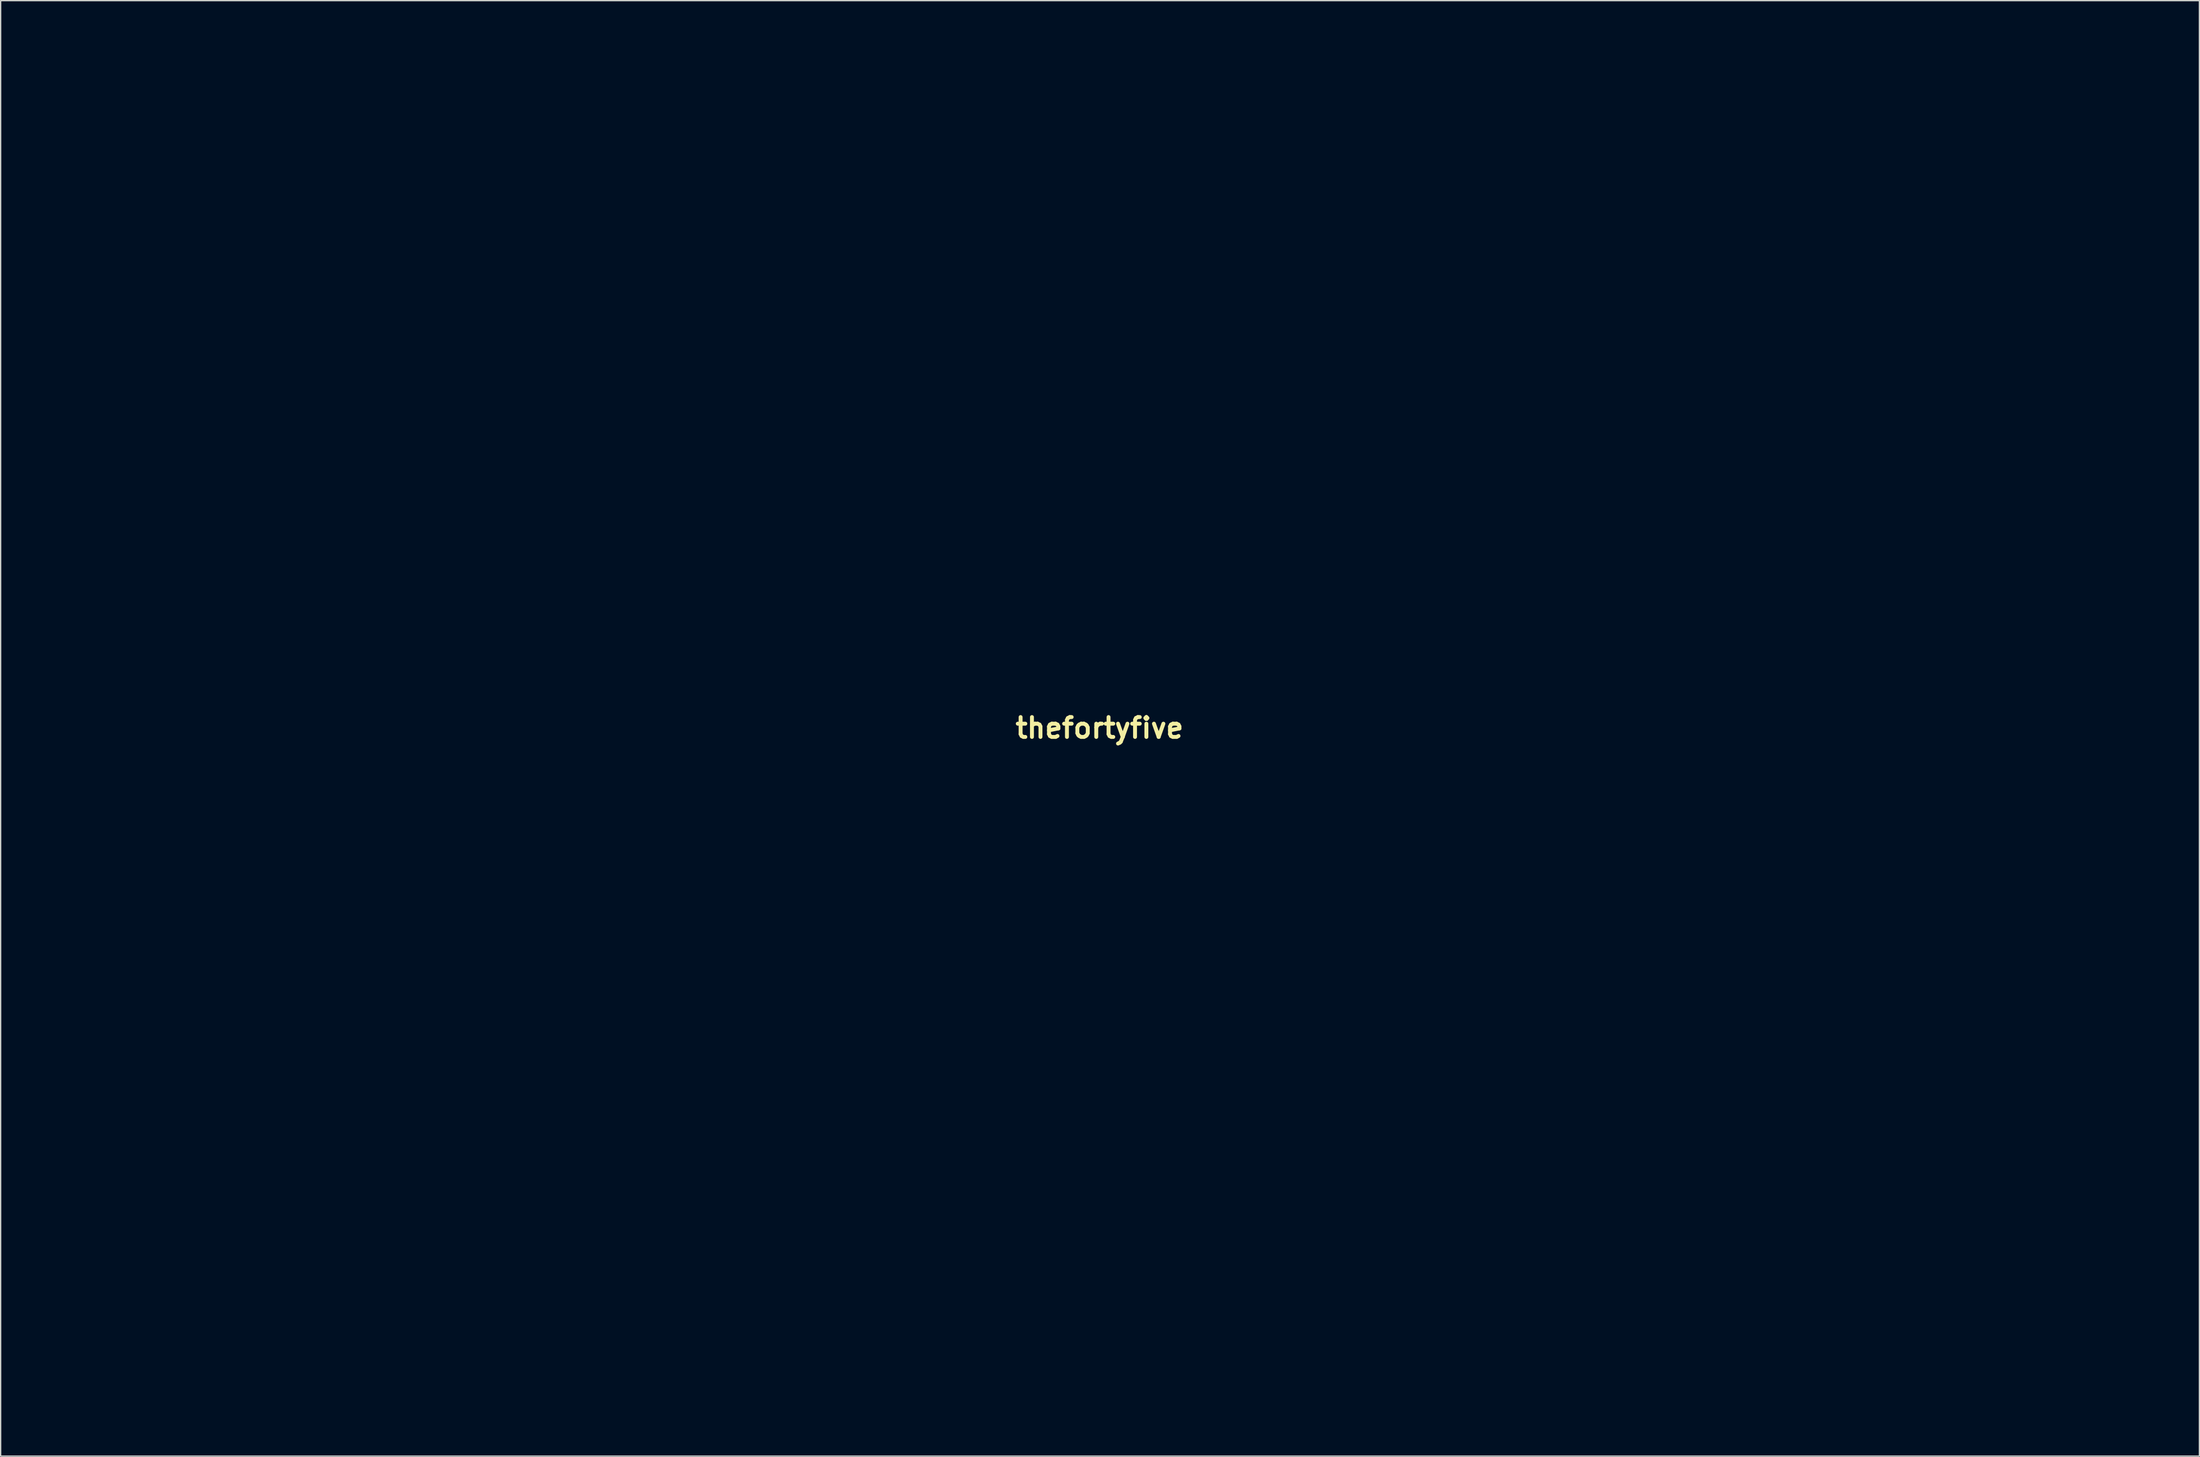
<source format=kicad_pcb>
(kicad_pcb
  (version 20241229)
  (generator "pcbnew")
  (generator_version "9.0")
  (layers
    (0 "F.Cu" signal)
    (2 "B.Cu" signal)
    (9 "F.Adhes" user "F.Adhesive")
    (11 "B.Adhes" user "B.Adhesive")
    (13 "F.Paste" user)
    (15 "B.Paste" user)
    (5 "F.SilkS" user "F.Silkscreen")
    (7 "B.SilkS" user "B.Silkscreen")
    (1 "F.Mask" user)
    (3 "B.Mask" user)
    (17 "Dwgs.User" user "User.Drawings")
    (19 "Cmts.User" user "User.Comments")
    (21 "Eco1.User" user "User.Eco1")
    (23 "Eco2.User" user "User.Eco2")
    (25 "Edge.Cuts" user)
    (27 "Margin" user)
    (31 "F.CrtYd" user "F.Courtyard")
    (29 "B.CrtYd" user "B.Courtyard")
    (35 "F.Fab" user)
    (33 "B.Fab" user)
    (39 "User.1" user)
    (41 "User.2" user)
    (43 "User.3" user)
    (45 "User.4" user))
  (footprint "thefortyfive"
    (layer "F.Cu")
    (at 81.334 52.824)
    (property "Reference" "thefortyfive" (at 0 0 0) (layer "F.SilkS") (effects (font (size 1.524 1.524) (thickness 0.3))))
    (attr through_hole)
    (fp_poly (pts (xy 13.285 14.023) (xy 13.26 14.049) (xy 13.234 14.023) (xy 13.26 13.998) (xy 13.285 14.023)) (stroke (width 0.01) (type solid)) (fill yes) (layer "F.Mask"))
    (fp_poly (pts (xy -16.868 14.776) (xy -16.881 14.825) (xy -16.924 14.963) (xy -16.993 15.178) (xy -17.085 15.463) (xy -17.199 15.809) (xy -17.33 16.207) (xy -17.477 16.647) (xy -17.635 17.121) (xy -17.706 17.334) (xy -18.679 20.294) (xy -19.591 23.191) (xy -20.446 26.036) (xy -21.247 28.846) (xy -21.998 31.633) (xy -22.704 34.411) (xy -23.367 37.195) (xy -23.992 39.999) (xy -24.582 42.837) (xy -24.606 42.954) (xy -24.691 43.379) (xy -24.771 43.773) (xy -24.843 44.123) (xy -24.905 44.42) (xy -24.954 44.651) (xy -24.989 44.806) (xy -25.006 44.874) (xy -25.007 44.876) (xy -25.059 44.882) (xy -25.202 44.897) (xy -25.428 44.918) (xy -25.728 44.946) (xy -26.09 44.979) (xy -26.507 45.016) (xy -26.968 45.057) (xy -27.465 45.101) (xy -27.987 45.147) (xy -28.526 45.195) (xy -29.071 45.242) (xy -29.614 45.289) (xy -30.144 45.335) (xy -30.653 45.379) (xy -31.131 45.42) (xy -31.568 45.457) (xy -31.955 45.489) (xy -32.282 45.516) (xy -32.541 45.537) (xy -32.721 45.551) (xy -32.813 45.557) (xy -32.82 45.557) (xy -32.863 45.516) (xy -32.859 45.443) (xy -32.842 45.36) (xy -32.81 45.194) (xy -32.766 44.96) (xy -32.712 44.675) (xy -32.652 44.354) (xy -32.626 44.21) (xy -31.82 40.126) (xy -30.922 36.069) (xy -29.929 32.032) (xy -28.84 28.007) (xy -27.652 23.989) (xy -26.485 20.335) (xy -26.361 19.963) (xy -26.223 19.55) (xy -26.074 19.106) (xy -25.916 18.642) (xy -25.755 18.167) (xy -25.593 17.691) (xy -25.433 17.225) (xy -25.279 16.778) (xy -25.135 16.36) (xy -25.004 15.982) (xy -24.889 15.653) (xy -24.793 15.383) (xy -24.721 15.182) (xy -24.676 15.06) (xy -24.661 15.027) (xy -24.61 15.023) (xy -24.466 15.016) (xy -24.24 15.007) (xy -23.941 14.995) (xy -23.577 14.982) (xy -23.16 14.967) (xy -22.698 14.951) (xy -22.201 14.935) (xy -21.678 14.917) (xy -21.14 14.899) (xy -20.594 14.882) (xy -20.052 14.864) (xy -19.522 14.848) (xy -19.014 14.832) (xy -18.538 14.818) (xy -18.103 14.805) (xy -17.718 14.794) (xy -17.394 14.785) (xy -17.139 14.779) (xy -16.963 14.775) (xy -16.876 14.775) (xy -16.868 14.776)) (stroke (width 0.01) (type solid)) (fill yes) (layer "F.Mask"))
    (fp_poly (pts (xy 13.17 14.018) (xy 13.148 14.064) (xy 13.075 14.182) (xy 12.959 14.361) (xy 12.807 14.589) (xy 12.626 14.854) (xy 12.455 15.101) (xy 11.88 15.94) (xy 11.265 16.863) (xy 10.613 17.863) (xy 9.928 18.934) (xy 9.215 20.068) (xy 8.478 21.257) (xy 7.721 22.496) (xy 6.948 23.777) (xy 6.163 25.093) (xy 5.37 26.436) (xy 4.575 27.801) (xy 3.78 29.179) (xy 2.99 30.565) (xy 2.209 31.95) (xy 1.442 33.328) (xy 0.692 34.691) (xy -0.036 36.033) (xy -0.739 37.347) (xy -0.827 37.515) (xy -1.047 37.932) (xy -1.295 38.413) (xy -1.566 38.941) (xy -1.852 39.503) (xy -2.146 40.084) (xy -2.44 40.67) (xy -2.728 41.246) (xy -3.001 41.799) (xy -3.254 42.313) (xy -3.479 42.774) (xy -3.668 43.169) (xy -3.762 43.368) (xy -4.129 44.157) (xy -6.684 44.159) (xy -7.407 44.16) (xy -8.044 44.165) (xy -8.614 44.174) (xy -9.132 44.187) (xy -9.616 44.206) (xy -10.082 44.232) (xy -10.548 44.266) (xy -11.03 44.308) (xy -11.545 44.359) (xy -12.11 44.421) (xy -12.503 44.466) (xy -12.847 44.505) (xy -13.174 44.543) (xy -13.463 44.577) (xy -13.696 44.603) (xy -13.854 44.621) (xy -13.883 44.625) (xy -14.032 44.634) (xy -14.13 44.625) (xy -14.152 44.61) (xy -14.19 42.903) (xy -14.212 41.196) (xy -14.217 39.478) (xy -14.205 37.74) (xy -14.177 35.971) (xy -14.131 34.162) (xy -14.068 32.303) (xy -13.987 30.383) (xy -13.888 28.392) (xy -13.77 26.322) (xy -13.639 24.229) (xy -13.599 23.643) (xy -13.556 23.024) (xy -13.509 22.382) (xy -13.46 21.724) (xy -13.408 21.057) (xy -13.356 20.39) (xy -13.302 19.73) (xy -13.249 19.085) (xy -13.196 18.463) (xy -13.145 17.872) (xy -13.096 17.319) (xy -13.05 16.814) (xy -13.006 16.362) (xy -12.967 15.972) (xy -12.933 15.653) (xy -12.904 15.411) (xy -12.881 15.255) (xy -12.865 15.192) (xy -12.865 15.192) (xy -12.813 15.187) (xy -12.669 15.178) (xy -12.443 15.165) (xy -12.144 15.149) (xy -11.783 15.131) (xy -11.369 15.109) (xy -10.911 15.086) (xy -10.42 15.061) (xy -9.904 15.036) (xy -9.374 15.009) (xy -8.84 14.983) (xy -8.31 14.958) (xy -7.795 14.933) (xy -7.305 14.909) (xy -6.849 14.888) (xy -6.436 14.869) (xy -6.078 14.852) (xy -5.782 14.839) (xy -5.559 14.83) (xy -5.418 14.825) (xy -5.37 14.825) (xy -5.374 14.876) (xy -5.387 15.018) (xy -5.41 15.237) (xy -5.44 15.521) (xy -5.477 15.86) (xy -5.519 16.241) (xy -5.553 16.548) (xy -5.747 18.361) (xy -5.918 20.141) (xy -6.066 21.882) (xy -6.191 23.576) (xy -6.291 25.215) (xy -6.367 26.793) (xy -6.418 28.302) (xy -6.445 29.736) (xy -6.446 31.086) (xy -6.42 32.347) (xy -6.414 32.526) (xy -6.399 32.947) (xy -6.383 33.348) (xy -6.367 33.714) (xy -6.352 34.03) (xy -6.338 34.282) (xy -6.326 34.456) (xy -6.32 34.517) (xy -6.286 34.802) (xy -5.805 33.779) (xy -4.712 31.507) (xy -3.561 29.216) (xy -2.361 26.923) (xy -1.121 24.645) (xy 0.15 22.397) (xy 1.442 20.196) (xy 2.746 18.06) (xy 4.053 16.004) (xy 4.385 15.495) (xy 5.098 14.41) (xy 5.31 14.384) (xy 5.407 14.376) (xy 5.591 14.364) (xy 5.854 14.349) (xy 6.185 14.331) (xy 6.576 14.311) (xy 7.017 14.289) (xy 7.498 14.265) (xy 8.01 14.24) (xy 8.544 14.214) (xy 9.089 14.189) (xy 9.637 14.163) (xy 10.179 14.138) (xy 10.703 14.114) (xy 11.202 14.092) (xy 11.665 14.072) (xy 12.083 14.054) (xy 12.447 14.04) (xy 12.747 14.028) (xy 12.974 14.02) (xy 13.118 14.017) (xy 13.17 14.018)) (stroke (width 0.01) (type solid)) (fill yes) (layer "F.Mask"))
    (fp_poly (pts (xy 52.96 -23.42) (xy 52.928 -23.284) (xy 52.864 -23.056) (xy 52.768 -22.735) (xy 52.639 -22.322) (xy 52.476 -21.814) (xy 52.281 -21.212) (xy 52.052 -20.515) (xy 52.028 -20.441) (xy 51.852 -19.909) (xy 51.685 -19.407) (xy 51.53 -18.941) (xy 51.39 -18.521) (xy 51.267 -18.155) (xy 51.164 -17.851) (xy 51.084 -17.617) (xy 51.03 -17.462) (xy 51.005 -17.394) (xy 51.004 -17.392) (xy 50.95 -17.386) (xy 50.802 -17.376) (xy 50.569 -17.363) (xy 50.257 -17.347) (xy 49.874 -17.329) (xy 49.43 -17.308) (xy 48.93 -17.286) (xy 48.383 -17.262) (xy 47.797 -17.237) (xy 47.18 -17.211) (xy 47.059 -17.206) (xy 46.433 -17.181) (xy 45.833 -17.156) (xy 45.269 -17.132) (xy 44.749 -17.109) (xy 44.279 -17.088) (xy 43.87 -17.07) (xy 43.528 -17.054) (xy 43.262 -17.04) (xy 43.08 -17.03) (xy 42.99 -17.024) (xy 42.985 -17.024) (xy 42.831 -17.001) (xy 42.303 -15.232) (xy 41.419 -12.227) (xy 40.582 -9.307) (xy 39.791 -6.468) (xy 39.047 -3.705) (xy 38.346 -1.014) (xy 37.69 1.609) (xy 37.075 4.169) (xy 36.619 6.146) (xy 36.558 6.396) (xy 36.5 6.594) (xy 36.452 6.724) (xy 36.418 6.77) (xy 36.359 6.774) (xy 36.207 6.787) (xy 35.969 6.807) (xy 35.654 6.834) (xy 35.27 6.867) (xy 34.824 6.906) (xy 34.326 6.95) (xy 33.782 6.997) (xy 33.202 7.048) (xy 32.605 7.101) (xy 31.869 7.166) (xy 31.228 7.222) (xy 30.676 7.27) (xy 30.206 7.311) (xy 29.81 7.344) (xy 29.484 7.371) (xy 29.219 7.392) (xy 29.01 7.407) (xy 28.851 7.417) (xy 28.733 7.422) (xy 28.652 7.423) (xy 28.6 7.42) (xy 28.571 7.413) (xy 28.559 7.404) (xy 28.556 7.393) (xy 28.556 7.393) (xy 28.566 7.333) (xy 28.596 7.186) (xy 28.642 6.964) (xy 28.702 6.68) (xy 28.773 6.344) (xy 28.853 5.97) (xy 28.939 5.569) (xy 29.028 5.155) (xy 29.118 4.738) (xy 29.207 4.331) (xy 29.291 3.946) (xy 29.368 3.596) (xy 29.42 3.36) (xy 29.937 1.11) (xy 30.497 -1.206) (xy 31.094 -3.565) (xy 31.723 -5.947) (xy 32.378 -8.328) (xy 33.052 -10.685) (xy 33.739 -12.998) (xy 34.434 -15.242) (xy 34.496 -15.437) (xy 34.593 -15.747) (xy 34.676 -16.024) (xy 34.742 -16.253) (xy 34.787 -16.419) (xy 34.806 -16.509) (xy 34.805 -16.521) (xy 34.752 -16.523) (xy 34.604 -16.521) (xy 34.37 -16.516) (xy 34.058 -16.508) (xy 33.675 -16.497) (xy 33.23 -16.483) (xy 32.73 -16.466) (xy 32.183 -16.447) (xy 31.596 -16.426) (xy 30.978 -16.403) (xy 30.84 -16.398) (xy 30.217 -16.374) (xy 29.624 -16.352) (xy 29.069 -16.332) (xy 28.559 -16.313) (xy 28.103 -16.297) (xy 27.708 -16.283) (xy 27.382 -16.272) (xy 27.132 -16.263) (xy 26.967 -16.258) (xy 26.895 -16.257) (xy 26.892 -16.257) (xy 26.905 -16.306) (xy 26.949 -16.443) (xy 27.018 -16.66) (xy 27.112 -16.95) (xy 27.227 -17.304) (xy 27.361 -17.714) (xy 27.51 -18.172) (xy 27.674 -18.67) (xy 27.848 -19.199) (xy 27.9 -19.357) (xy 28.918 -22.448) (xy 29.159 -22.448) (xy 29.232 -22.45) (xy 29.402 -22.456) (xy 29.664 -22.467) (xy 30.015 -22.481) (xy 30.448 -22.499) (xy 30.96 -22.52) (xy 31.547 -22.545) (xy 32.203 -22.573) (xy 32.923 -22.603) (xy 33.704 -22.637) (xy 34.541 -22.672) (xy 35.428 -22.71) (xy 36.363 -22.75) (xy 37.339 -22.792) (xy 38.352 -22.836) (xy 39.398 -22.881) (xy 40.472 -22.927) (xy 41.146 -22.957) (xy 42.233 -23.004) (xy 43.293 -23.05) (xy 44.322 -23.094) (xy 45.315 -23.137) (xy 46.268 -23.178) (xy 47.176 -23.218) (xy 48.036 -23.255) (xy 48.841 -23.289) (xy 49.589 -23.322) (xy 50.274 -23.351) (xy 50.891 -23.378) (xy 51.437 -23.401) (xy 51.907 -23.421) (xy 52.296 -23.438) (xy 52.6 -23.451) (xy 52.814 -23.46) (xy 52.934 -23.465) (xy 52.959 -23.466) (xy 52.96 -23.42)) (stroke (width 0.01) (type solid)) (fill yes) (layer "F.Mask"))
    (fp_poly (pts (xy 77.477 -23.263) (xy 78.076 -23.228) (xy 78.648 -23.194) (xy 79.185 -23.162) (xy 79.678 -23.131) (xy 80.119 -23.104) (xy 80.499 -23.08) (xy 80.809 -23.059) (xy 81.04 -23.043) (xy 81.185 -23.032) (xy 81.23 -23.028) (xy 81.399 -23.002) (xy 81.124 -22.686) (xy 80.727 -22.227) (xy 80.277 -21.695) (xy 79.779 -21.097) (xy 79.24 -20.442) (xy 78.667 -19.738) (xy 78.066 -18.994) (xy 77.444 -18.217) (xy 76.808 -17.417) (xy 76.163 -16.601) (xy 75.517 -15.777) (xy 74.876 -14.954) (xy 74.247 -14.14) (xy 73.636 -13.343) (xy 73.05 -12.572) (xy 72.993 -12.496) (xy 72.721 -12.136) (xy 72.445 -11.77) (xy 72.178 -11.417) (xy 71.931 -11.091) (xy 71.717 -10.808) (xy 71.547 -10.583) (xy 71.493 -10.511) (xy 70.781 -9.567) (xy 70.131 -8.692) (xy 69.535 -7.877) (xy 68.988 -7.113) (xy 68.483 -6.393) (xy 68.015 -5.707) (xy 67.578 -5.047) (xy 67.171 -4.414) (xy 66.941 -4.047) (xy 66.756 -3.745) (xy 66.607 -3.487) (xy 66.483 -3.254) (xy 66.373 -3.024) (xy 66.269 -2.779) (xy 66.158 -2.497) (xy 66.08 -2.291) (xy 65.944 -1.906) (xy 65.791 -1.433) (xy 65.623 -0.879) (xy 65.443 -0.256) (xy 65.253 0.426) (xy 65.056 1.157) (xy 64.856 1.928) (xy 64.653 2.728) (xy 64.452 3.547) (xy 64.255 4.375) (xy 64.064 5.202) (xy 63.965 5.643) (xy 63.881 6.018) (xy 63.804 6.359) (xy 63.737 6.654) (xy 63.682 6.891) (xy 63.642 7.058) (xy 63.62 7.142) (xy 63.617 7.15) (xy 63.565 7.153) (xy 63.421 7.16) (xy 63.194 7.169) (xy 62.895 7.18) (xy 62.533 7.192) (xy 62.118 7.206) (xy 61.66 7.221) (xy 61.168 7.237) (xy 60.653 7.254) (xy 60.123 7.271) (xy 59.59 7.287) (xy 59.061 7.303) (xy 58.548 7.319) (xy 58.06 7.333) (xy 57.607 7.347) (xy 57.198 7.358) (xy 56.843 7.368) (xy 56.552 7.375) (xy 56.335 7.38) (xy 56.202 7.382) (xy 56.183 7.382) (xy 56.011 7.375) (xy 55.888 7.359) (xy 55.839 7.337) (xy 55.839 7.336) (xy 55.85 7.269) (xy 55.882 7.115) (xy 55.931 6.888) (xy 55.995 6.598) (xy 56.071 6.26) (xy 56.155 5.885) (xy 56.246 5.487) (xy 56.34 5.077) (xy 56.435 4.668) (xy 56.527 4.273) (xy 56.614 3.905) (xy 56.692 3.575) (xy 56.732 3.41) (xy 57.02 2.242) (xy 57.294 1.155) (xy 57.554 0.152) (xy 57.799 -0.764) (xy 58.028 -1.589) (xy 58.239 -2.321) (xy 58.434 -2.958) (xy 58.517 -3.218) (xy 58.745 -3.917) (xy 58.488 -4.663) (xy 58.263 -5.353) (xy 58.035 -6.128) (xy 57.804 -6.992) (xy 57.568 -7.947) (xy 57.328 -8.996) (xy 57.082 -10.142) (xy 56.883 -11.122) (xy 56.665 -12.242) (xy 56.459 -13.352) (xy 56.267 -14.444) (xy 56.089 -15.509) (xy 55.927 -16.537) (xy 55.783 -17.52) (xy 55.658 -18.449) (xy 55.552 -19.314) (xy 55.468 -20.106) (xy 55.406 -20.817) (xy 55.371 -21.377) (xy 55.356 -21.705) (xy 59.25 -22.354) (xy 59.869 -22.457) (xy 60.462 -22.556) (xy 61.019 -22.649) (xy 61.534 -22.734) (xy 61.997 -22.812) (xy 62.402 -22.88) (xy 62.739 -22.936) (xy 63.002 -22.981) (xy 63.182 -23.011) (xy 63.271 -23.026) (xy 63.277 -23.027) (xy 63.305 -23.036) (xy 63.329 -23.047) (xy 63.349 -23.052) (xy 63.367 -23.044) (xy 63.383 -23.016) (xy 63.399 -22.961) (xy 63.414 -22.872) (xy 63.43 -22.742) (xy 63.447 -22.564) (xy 63.467 -22.33) (xy 63.49 -22.034) (xy 63.517 -21.668) (xy 63.549 -21.225) (xy 63.586 -20.698) (xy 63.63 -20.081) (xy 63.653 -19.75) (xy 63.691 -19.23) (xy 63.729 -18.722) (xy 63.767 -18.238) (xy 63.803 -17.792) (xy 63.836 -17.397) (xy 63.866 -17.064) (xy 63.891 -16.808) (xy 63.91 -16.645) (xy 64.056 -15.684) (xy 64.233 -14.766) (xy 64.437 -13.905) (xy 64.666 -13.114) (xy 64.917 -12.406) (xy 64.99 -12.224) (xy 65.188 -11.748) (xy 65.715 -12.606) (xy 66.621 -14.058) (xy 67.514 -15.436) (xy 68.391 -16.738) (xy 69.251 -17.961) (xy 70.09 -19.102) (xy 70.907 -20.158) (xy 71.701 -21.127) (xy 72.468 -22.005) (xy 73.207 -22.79) (xy 73.439 -23.024) (xy 73.893 -23.473) (xy 77.477 -23.263)) (stroke (width 0.01) (type solid)) (fill yes) (layer "F.Mask"))
    (fp_poly (pts (xy -56.876 -52.363) (xy -56.887 -52.312) (xy -56.926 -52.175) (xy -56.991 -51.961) (xy -57.076 -51.682) (xy -57.18 -51.347) (xy -57.299 -50.968) (xy -57.43 -50.553) (xy -57.569 -50.115) (xy -57.714 -49.662) (xy -57.86 -49.206) (xy -58.004 -48.757) (xy -58.144 -48.324) (xy -58.275 -47.92) (xy -58.395 -47.552) (xy -58.501 -47.234) (xy -58.588 -46.973) (xy -58.653 -46.782) (xy -58.694 -46.669) (xy -58.706 -46.644) (xy -58.759 -46.638) (xy -58.907 -46.629) (xy -59.145 -46.616) (xy -59.465 -46.599) (xy -59.861 -46.579) (xy -60.326 -46.556) (xy -60.856 -46.531) (xy -61.442 -46.504) (xy -62.079 -46.474) (xy -62.76 -46.443) (xy -63.479 -46.411) (xy -64.229 -46.378) (xy -64.577 -46.362) (xy -65.34 -46.328) (xy -66.076 -46.296) (xy -66.778 -46.264) (xy -67.439 -46.234) (xy -68.052 -46.205) (xy -68.613 -46.179) (xy -69.113 -46.155) (xy -69.546 -46.134) (xy -69.906 -46.116) (xy -70.187 -46.101) (xy -70.382 -46.09) (xy -70.485 -46.083) (xy -70.499 -46.081) (xy -70.469 -46.06) (xy -70.353 -46.01) (xy -70.159 -45.935) (xy -69.898 -45.838) (xy -69.58 -45.723) (xy -69.213 -45.593) (xy -68.807 -45.453) (xy -68.641 -45.396) (xy -68.218 -45.25) (xy -67.824 -45.114) (xy -67.471 -44.99) (xy -67.169 -44.883) (xy -66.928 -44.796) (xy -66.759 -44.733) (xy -66.673 -44.698) (xy -66.664 -44.693) (xy -66.67 -44.637) (xy -66.705 -44.495) (xy -66.766 -44.279) (xy -66.85 -43.998) (xy -66.954 -43.663) (xy -67.075 -43.286) (xy -67.208 -42.877) (xy -67.233 -42.801) (xy -67.917 -40.7) (xy -68.557 -38.663) (xy -69.158 -36.667) (xy -69.728 -34.687) (xy -70.274 -32.701) (xy -70.802 -30.684) (xy -71.32 -28.613) (xy -71.518 -27.792) (xy -71.598 -27.459) (xy -71.687 -27.082) (xy -71.783 -26.674) (xy -71.883 -26.246) (xy -71.985 -25.809) (xy -72.085 -25.376) (xy -72.182 -24.957) (xy -72.272 -24.564) (xy -72.354 -24.208) (xy -72.423 -23.902) (xy -72.478 -23.657) (xy -72.516 -23.484) (xy -72.534 -23.395) (xy -72.535 -23.386) (xy -72.585 -23.383) (xy -72.728 -23.379) (xy -72.957 -23.376) (xy -73.263 -23.373) (xy -73.639 -23.37) (xy -74.076 -23.368) (xy -74.567 -23.366) (xy -75.103 -23.365) (xy -75.676 -23.364) (xy -76.151 -23.364) (xy -79.768 -23.364) (xy -79.735 -23.555) (xy -79.717 -23.65) (xy -79.683 -23.832) (xy -79.634 -24.086) (xy -79.573 -24.401) (xy -79.503 -24.762) (xy -79.426 -25.157) (xy -79.373 -25.425) (xy -78.702 -28.635) (xy -77.94 -31.871) (xy -77.09 -35.119) (xy -76.156 -38.368) (xy -75.141 -41.605) (xy -74.05 -44.817) (xy -73.888 -45.272) (xy -73.804 -45.512) (xy -73.736 -45.716) (xy -73.69 -45.865) (xy -73.672 -45.942) (xy -73.672 -45.948) (xy -73.725 -45.949) (xy -73.871 -45.945) (xy -74.104 -45.937) (xy -74.414 -45.925) (xy -74.794 -45.91) (xy -75.236 -45.891) (xy -75.733 -45.87) (xy -76.276 -45.846) (xy -76.857 -45.82) (xy -77.469 -45.792) (xy -77.503 -45.791) (xy -78.116 -45.763) (xy -78.699 -45.737) (xy -79.243 -45.712) (xy -79.742 -45.691) (xy -80.188 -45.672) (xy -80.571 -45.656) (xy -80.885 -45.643) (xy -81.121 -45.635) (xy -81.272 -45.63) (xy -81.329 -45.63) (xy -81.329 -45.63) (xy -81.317 -45.68) (xy -81.277 -45.817) (xy -81.211 -46.029) (xy -81.124 -46.307) (xy -81.018 -46.641) (xy -80.897 -47.02) (xy -80.764 -47.434) (xy -80.622 -47.872) (xy -80.476 -48.324) (xy -80.327 -48.781) (xy -80.181 -49.231) (xy -80.039 -49.664) (xy -79.905 -50.07) (xy -79.783 -50.439) (xy -79.677 -50.761) (xy -79.588 -51.024) (xy -79.521 -51.219) (xy -79.479 -51.336) (xy -79.466 -51.365) (xy -79.413 -51.371) (xy -79.263 -51.38) (xy -79.023 -51.394) (xy -78.698 -51.411) (xy -78.294 -51.431) (xy -77.815 -51.454) (xy -77.269 -51.481) (xy -76.66 -51.509) (xy -75.994 -51.54) (xy -75.277 -51.574) (xy -74.514 -51.609) (xy -73.711 -51.645) (xy -72.873 -51.683) (xy -72.006 -51.722) (xy -71.116 -51.762) (xy -70.207 -51.803) (xy -69.287 -51.844) (xy -68.359 -51.885) (xy -67.431 -51.926) (xy -66.507 -51.967) (xy -65.593 -52.007) (xy -64.695 -52.046) (xy -63.817 -52.084) (xy -62.967 -52.12) (xy -62.149 -52.155) (xy -61.369 -52.188) (xy -60.633 -52.22) (xy -59.945 -52.248) (xy -59.313 -52.274) (xy -58.741 -52.298) (xy -58.234 -52.318) (xy -57.799 -52.335) (xy -57.442 -52.348) (xy -57.166 -52.358) (xy -56.979 -52.363) (xy -56.886 -52.364) (xy -56.876 -52.363)) (stroke (width 0.01) (type solid)) (fill yes) (layer "F.Mask"))
    (fp_poly (pts (xy -34.371 -52.813) (xy -34.371 -52.813) (xy -34.382 -52.764) (xy -34.423 -52.633) (xy -34.487 -52.437) (xy -34.57 -52.191) (xy -34.666 -51.915) (xy -34.8 -51.525) (xy -34.959 -51.053) (xy -35.137 -50.516) (xy -35.33 -49.93) (xy -35.531 -49.31) (xy -35.737 -48.672) (xy -35.941 -48.033) (xy -36.139 -47.407) (xy -36.326 -46.812) (xy -36.439 -46.448) (xy -37.391 -43.238) (xy -38.257 -40.055) (xy -39.041 -36.88) (xy -39.75 -33.692) (xy -40.098 -31.979) (xy -40.441 -30.236) (xy -40.747 -30.232) (xy -40.857 -30.229) (xy -41.058 -30.224) (xy -41.339 -30.216) (xy -41.688 -30.205) (xy -42.095 -30.192) (xy -42.549 -30.178) (xy -43.037 -30.163) (xy -43.551 -30.146) (xy -43.661 -30.143) (xy -44.251 -30.124) (xy -44.747 -30.109) (xy -45.158 -30.097) (xy -45.489 -30.09) (xy -45.75 -30.086) (xy -45.948 -30.086) (xy -46.091 -30.089) (xy -46.187 -30.096) (xy -46.243 -30.107) (xy -46.267 -30.121) (xy -46.27 -30.129) (xy -46.259 -30.189) (xy -46.228 -30.341) (xy -46.179 -30.577) (xy -46.112 -30.888) (xy -46.031 -31.267) (xy -45.936 -31.706) (xy -45.83 -32.197) (xy -45.713 -32.733) (xy -45.588 -33.305) (xy -45.456 -33.905) (xy -45.449 -33.937) (xy -45.318 -34.537) (xy -45.194 -35.108) (xy -45.078 -35.641) (xy -44.972 -36.13) (xy -44.879 -36.567) (xy -44.799 -36.943) (xy -44.734 -37.251) (xy -44.686 -37.483) (xy -44.657 -37.632) (xy -44.648 -37.69) (xy -44.648 -37.69) (xy -44.7 -37.694) (xy -44.847 -37.698) (xy -45.078 -37.703) (xy -45.386 -37.709) (xy -45.763 -37.715) (xy -46.2 -37.721) (xy -46.689 -37.728) (xy -47.221 -37.734) (xy -47.788 -37.741) (xy -48.129 -37.745) (xy -51.591 -37.782) (xy -51.983 -36.592) (xy -52.105 -36.219) (xy -52.229 -35.837) (xy -52.346 -35.471) (xy -52.45 -35.144) (xy -52.532 -34.879) (xy -52.559 -34.791) (xy -52.661 -34.438) (xy -52.779 -34.004) (xy -52.909 -33.508) (xy -53.046 -32.968) (xy -53.185 -32.405) (xy -53.322 -31.835) (xy -53.451 -31.279) (xy -53.57 -30.755) (xy -53.671 -30.282) (xy -53.677 -30.255) (xy -53.922 -29.077) (xy -54.664 -29.046) (xy -54.896 -29.037) (xy -55.212 -29.026) (xy -55.592 -29.013) (xy -56.019 -28.999) (xy -56.474 -28.985) (xy -56.939 -28.972) (xy -57.239 -28.963) (xy -57.676 -28.95) (xy -58.094 -28.938) (xy -58.478 -28.926) (xy -58.815 -28.914) (xy -59.09 -28.905) (xy -59.289 -28.897) (xy -59.387 -28.892) (xy -59.556 -28.886) (xy -59.678 -28.887) (xy -59.725 -28.895) (xy -59.722 -28.95) (xy -59.701 -29.087) (xy -59.664 -29.289) (xy -59.615 -29.538) (xy -59.578 -29.716) (xy -59.281 -31.066) (xy -58.944 -32.503) (xy -58.567 -34.022) (xy -58.151 -35.618) (xy -57.699 -37.285) (xy -57.211 -39.019) (xy -56.69 -40.814) (xy -56.137 -42.665) (xy -55.552 -44.566) (xy -54.938 -46.513) (xy -54.297 -48.5) (xy -53.844 -49.875) (xy -53.698 -50.315) (xy -53.578 -50.667) (xy -53.481 -50.94) (xy -53.404 -51.145) (xy -53.343 -51.29) (xy -53.294 -51.384) (xy -53.254 -51.438) (xy -53.224 -51.458) (xy -53.151 -51.467) (xy -52.988 -51.479) (xy -52.745 -51.493) (xy -52.435 -51.507) (xy -52.067 -51.522) (xy -51.654 -51.537) (xy -51.206 -51.551) (xy -50.978 -51.558) (xy -50.487 -51.572) (xy -50 -51.586) (xy -49.531 -51.601) (xy -49.097 -51.615) (xy -48.713 -51.627) (xy -48.396 -51.639) (xy -48.161 -51.648) (xy -48.118 -51.649) (xy -47.395 -51.681) (xy -47.515 -51.304) (xy -47.718 -50.662) (xy -47.927 -50.001) (xy -48.14 -49.329) (xy -48.353 -48.652) (xy -48.566 -47.977) (xy -48.775 -47.312) (xy -48.979 -46.663) (xy -49.175 -46.038) (xy -49.362 -45.443) (xy -49.536 -44.885) (xy -49.697 -44.372) (xy -49.841 -43.911) (xy -49.966 -43.508) (xy -50.07 -43.171) (xy -50.152 -42.906) (xy -50.208 -42.721) (xy -50.237 -42.623) (xy -50.24 -42.609) (xy -50.206 -42.597) (xy -50.1 -42.587) (xy -49.919 -42.579) (xy -49.66 -42.572) (xy -49.318 -42.568) (xy -48.891 -42.565) (xy -48.373 -42.563) (xy -47.763 -42.564) (xy -47.055 -42.565) (xy -46.819 -42.566) (xy -43.398 -42.579) (xy -43.136 -43.572) (xy -43.077 -43.785) (xy -42.988 -44.085) (xy -42.874 -44.461) (xy -42.737 -44.902) (xy -42.581 -45.398) (xy -42.409 -45.939) (xy -42.225 -46.514) (xy -42.031 -47.114) (xy -41.831 -47.728) (xy -41.666 -48.229) (xy -41.47 -48.826) (xy -41.28 -49.402) (xy -41.1 -49.949) (xy -40.933 -50.458) (xy -40.78 -50.921) (xy -40.646 -51.33) (xy -40.532 -51.675) (xy -40.443 -51.949) (xy -40.379 -52.144) (xy -40.344 -52.25) (xy -40.344 -52.251) (xy -40.23 -52.607) (xy -39.954 -52.622) (xy -39.797 -52.629) (xy -39.563 -52.639) (xy -39.262 -52.651) (xy -38.907 -52.664) (xy -38.508 -52.679) (xy -38.076 -52.695) (xy -37.623 -52.711) (xy -37.159 -52.727) (xy -36.696 -52.743) (xy -36.246 -52.758) (xy -35.819 -52.772) (xy -35.426 -52.785) (xy -35.079 -52.796) (xy -34.789 -52.804) (xy -34.566 -52.81) (xy -34.423 -52.814) (xy -34.371 -52.813)) (stroke (width 0.01) (type solid)) (fill yes) (layer "F.Mask"))
    (fp_poly (pts (xy -18.001 -23.753) (xy -17.612 -23.735) (xy -17.459 -23.723) (xy -16.454 -23.601) (xy -15.527 -23.424) (xy -14.667 -23.189) (xy -13.863 -22.892) (xy -13.107 -22.531) (xy -12.388 -22.101) (xy -12.367 -22.087) (xy -12.037 -21.844) (xy -11.676 -21.538) (xy -11.308 -21.192) (xy -10.953 -20.826) (xy -10.633 -20.462) (xy -10.37 -20.123) (xy -10.291 -20.009) (xy -10.149 -19.783) (xy -9.999 -19.53) (xy -9.852 -19.269) (xy -9.716 -19.018) (xy -9.601 -18.793) (xy -9.517 -18.612) (xy -9.472 -18.493) (xy -9.468 -18.466) (xy -9.508 -18.421) (xy -9.624 -18.327) (xy -9.803 -18.192) (xy -10.036 -18.023) (xy -10.312 -17.829) (xy -10.622 -17.616) (xy -10.74 -17.536) (xy -11.101 -17.292) (xy -11.385 -17.098) (xy -11.602 -16.947) (xy -11.758 -16.833) (xy -11.864 -16.749) (xy -11.927 -16.688) (xy -11.955 -16.643) (xy -11.957 -16.608) (xy -11.94 -16.577) (xy -11.937 -16.572) (xy -11.879 -16.485) (xy -11.784 -16.335) (xy -11.666 -16.145) (xy -11.582 -16.009) (xy -11.198 -15.284) (xy -10.893 -14.501) (xy -10.663 -13.654) (xy -10.559 -13.092) (xy -10.515 -12.702) (xy -10.491 -12.239) (xy -10.486 -11.728) (xy -10.5 -11.196) (xy -10.532 -10.669) (xy -10.58 -10.172) (xy -10.645 -9.733) (xy -10.656 -9.671) (xy -10.951 -8.394) (xy -11.342 -7.146) (xy -11.827 -5.927) (xy -12.408 -4.736) (xy -13.086 -3.571) (xy -13.86 -2.431) (xy -14.733 -1.315) (xy -15.704 -0.223) (xy -16.505 0.59) (xy -17.668 1.658) (xy -18.859 2.63) (xy -20.078 3.504) (xy -21.324 4.282) (xy -22.597 4.962) (xy -23.897 5.545) (xy -25.222 6.029) (xy -26.572 6.415) (xy -27.946 6.703) (xy -28.749 6.824) (xy -29.196 6.872) (xy -29.697 6.909) (xy -30.223 6.936) (xy -30.749 6.95) (xy -31.246 6.951) (xy -31.69 6.938) (xy -31.957 6.92) (xy -32.915 6.79) (xy -33.836 6.574) (xy -34.711 6.277) (xy -35.533 5.9) (xy -36.292 5.447) (xy -36.308 5.436) (xy -36.648 5.179) (xy -37.016 4.859) (xy -37.388 4.497) (xy -37.742 4.117) (xy -38.054 3.742) (xy -38.188 3.562) (xy -38.648 2.839) (xy -39.059 2.043) (xy -39.413 1.19) (xy -39.705 0.298) (xy -39.927 -0.614) (xy -40.063 -1.451) (xy -40.09 -1.76) (xy -40.108 -2.147) (xy -40.117 -2.584) (xy -40.117 -3.047) (xy -40.107 -3.512) (xy -40.089 -3.953) (xy -40.079 -4.106) (xy -32.697 -4.106) (xy -32.662 -3.321) (xy -32.556 -2.591) (xy -32.52 -2.429) (xy -32.368 -1.869) (xy -32.191 -1.39) (xy -31.977 -0.972) (xy -31.718 -0.596) (xy -31.402 -0.24) (xy -31.385 -0.224) (xy -31.153 -0.002) (xy -30.947 0.163) (xy -30.734 0.299) (xy -30.541 0.399) (xy -29.978 0.627) (xy -29.378 0.778) (xy -28.732 0.852) (xy -28.031 0.851) (xy -27.549 0.811) (xy -26.615 0.658) (xy -25.705 0.406) (xy -24.819 0.057) (xy -23.96 -0.389) (xy -23.13 -0.929) (xy -22.33 -1.564) (xy -21.562 -2.291) (xy -20.829 -3.11) (xy -20.697 -3.272) (xy -20.166 -3.982) (xy -19.678 -4.734) (xy -19.242 -5.513) (xy -18.866 -6.3) (xy -18.557 -7.081) (xy -18.323 -7.838) (xy -18.221 -8.285) (xy -18.106 -9.081) (xy -18.082 -9.839) (xy -18.148 -10.556) (xy -18.303 -11.23) (xy -18.547 -11.858) (xy -18.88 -12.439) (xy -18.891 -12.455) (xy -18.975 -12.582) (xy -19.028 -12.672) (xy -19.037 -12.696) (xy -18.996 -12.729) (xy -18.881 -12.812) (xy -18.7 -12.937) (xy -18.465 -13.096) (xy -18.185 -13.283) (xy -17.872 -13.491) (xy -17.714 -13.596) (xy -17.388 -13.812) (xy -17.091 -14.012) (xy -16.833 -14.188) (xy -16.625 -14.333) (xy -16.477 -14.44) (xy -16.4 -14.503) (xy -16.39 -14.514) (xy -16.418 -14.611) (xy -16.492 -14.766) (xy -16.598 -14.958) (xy -16.724 -15.162) (xy -16.856 -15.355) (xy -16.942 -15.469) (xy -17.349 -15.91) (xy -17.811 -16.282) (xy -18.333 -16.587) (xy -18.919 -16.829) (xy -19.576 -17.008) (xy -20.309 -17.128) (xy -20.987 -17.185) (xy -21.501 -17.193) (xy -22.068 -17.171) (xy -22.646 -17.122) (xy -23.193 -17.05) (xy -23.478 -16.998) (xy -24.365 -16.767) (xy -25.228 -16.437) (xy -26.066 -16.009) (xy -26.878 -15.483) (xy -27.665 -14.861) (xy -28.424 -14.143) (xy -29.155 -13.329) (xy -29.858 -12.42) (xy -30.238 -11.87) (xy -30.726 -11.078) (xy -31.166 -10.242) (xy -31.556 -9.375) (xy -31.894 -8.486) (xy -32.176 -7.586) (xy -32.4 -6.688) (xy -32.563 -5.801) (xy -32.663 -4.937) (xy -32.697 -4.106) (xy -40.079 -4.106) (xy -40.062 -4.345) (xy -40.04 -4.56) (xy -39.829 -5.904) (xy -39.518 -7.237) (xy -39.108 -8.556) (xy -38.601 -9.859) (xy -37.999 -11.142) (xy -37.302 -12.403) (xy -36.513 -13.639) (xy -35.633 -14.846) (xy -34.663 -16.023) (xy -33.646 -17.123) (xy -32.567 -18.179) (xy -31.484 -19.135) (xy -30.393 -19.995) (xy -29.289 -20.761) (xy -28.167 -21.435) (xy -27.022 -22.021) (xy -25.849 -22.52) (xy -24.643 -22.935) (xy -23.4 -23.269) (xy -22.115 -23.524) (xy -21.277 -23.646) (xy -20.914 -23.683) (xy -20.477 -23.714) (xy -19.989 -23.737) (xy -19.474 -23.754) (xy -18.955 -23.762) (xy -18.456 -23.762) (xy -18.001 -23.753)) (stroke (width 0.01) (type solid)) (fill yes) (layer "F.Mask"))
    (fp_poly (pts (xy -12.486 -52.817) (xy -12.496 -52.765) (xy -12.536 -52.627) (xy -12.601 -52.411) (xy -12.69 -52.128) (xy -12.798 -51.786) (xy -12.922 -51.397) (xy -13.061 -50.969) (xy -13.188 -50.579) (xy -13.913 -48.364) (xy -14.325 -48.336) (xy -14.481 -48.325) (xy -14.723 -48.309) (xy -15.032 -48.288) (xy -15.391 -48.264) (xy -15.784 -48.237) (xy -16.193 -48.21) (xy -16.289 -48.203) (xy -17.284 -48.132) (xy -18.349 -48.047) (xy -19.451 -47.951) (xy -20.559 -47.848) (xy -21.608 -47.743) (xy -21.964 -47.707) (xy -22.335 -47.669) (xy -22.69 -47.632) (xy -22.998 -47.602) (xy -23.172 -47.584) (xy -23.769 -47.525) (xy -23.818 -47.368) (xy -23.951 -46.937) (xy -24.088 -46.478) (xy -24.222 -46.017) (xy -24.345 -45.582) (xy -24.449 -45.198) (xy -24.507 -44.973) (xy -24.584 -44.655) (xy -24.658 -44.327) (xy -24.726 -44.004) (xy -24.785 -43.703) (xy -24.832 -43.439) (xy -24.864 -43.229) (xy -24.879 -43.086) (xy -24.874 -43.029) (xy -24.814 -43.023) (xy -24.674 -43.03) (xy -24.472 -43.048) (xy -24.23 -43.076) (xy -24.192 -43.081) (xy -23.264 -43.196) (xy -22.328 -43.3) (xy -21.364 -43.396) (xy -20.355 -43.484) (xy -19.282 -43.566) (xy -18.126 -43.645) (xy -18.072 -43.648) (xy -17.578 -43.679) (xy -17.176 -43.701) (xy -16.859 -43.716) (xy -16.618 -43.722) (xy -16.444 -43.72) (xy -16.329 -43.71) (xy -16.264 -43.693) (xy -16.24 -43.667) (xy -16.24 -43.661) (xy -16.253 -43.6) (xy -16.291 -43.451) (xy -16.349 -43.224) (xy -16.426 -42.929) (xy -16.519 -42.577) (xy -16.626 -42.178) (xy -16.743 -41.741) (xy -16.839 -41.383) (xy -17.436 -39.169) (xy -17.791 -39.158) (xy -20.136 -39.045) (xy -22.412 -38.862) (xy -24.617 -38.607) (xy -24.993 -38.555) (xy -25.364 -38.503) (xy -25.649 -38.462) (xy -25.858 -38.428) (xy -26.006 -38.396) (xy -26.105 -38.363) (xy -26.169 -38.324) (xy -26.211 -38.275) (xy -26.242 -38.21) (xy -26.275 -38.133) (xy -26.447 -37.71) (xy -26.621 -37.222) (xy -26.791 -36.694) (xy -26.948 -36.155) (xy -27.085 -35.632) (xy -27.192 -35.152) (xy -27.252 -34.817) (xy -27.302 -34.479) (xy -27.335 -34.228) (xy -27.352 -34.053) (xy -27.353 -33.94) (xy -27.339 -33.878) (xy -27.31 -33.853) (xy -27.29 -33.85) (xy -27.216 -33.856) (xy -27.058 -33.872) (xy -26.831 -33.896) (xy -26.551 -33.927) (xy -26.236 -33.963) (xy -26.138 -33.975) (xy -25.365 -34.062) (xy -24.584 -34.146) (xy -23.804 -34.227) (xy -23.032 -34.303) (xy -22.279 -34.373) (xy -21.553 -34.438) (xy -20.862 -34.495) (xy -20.216 -34.545) (xy -19.624 -34.587) (xy -19.093 -34.62) (xy -18.633 -34.643) (xy -18.253 -34.656) (xy -17.961 -34.658) (xy -17.861 -34.655) (xy -17.525 -34.639) (xy -18.12 -32.386) (xy -18.243 -31.925) (xy -18.357 -31.494) (xy -18.462 -31.105) (xy -18.553 -30.766) (xy -18.629 -30.488) (xy -18.687 -30.28) (xy -18.724 -30.152) (xy -18.736 -30.114) (xy -18.791 -30.107) (xy -18.934 -30.095) (xy -19.154 -30.08) (xy -19.439 -30.062) (xy -19.775 -30.042) (xy -20.151 -30.021) (xy -20.335 -30.011) (xy -21.636 -29.938) (xy -22.881 -29.861) (xy -24.088 -29.778) (xy -25.276 -29.688) (xy -26.463 -29.59) (xy -27.667 -29.481) (xy -28.906 -29.36) (xy -30.199 -29.225) (xy -31.564 -29.076) (xy -32.348 -28.987) (xy -32.881 -28.926) (xy -33.322 -28.876) (xy -33.679 -28.837) (xy -33.961 -28.806) (xy -34.176 -28.784) (xy -34.334 -28.77) (xy -34.443 -28.763) (xy -34.511 -28.762) (xy -34.548 -28.765) (xy -34.561 -28.774) (xy -34.562 -28.778) (xy -34.551 -28.846) (xy -34.521 -29) (xy -34.473 -29.228) (xy -34.411 -29.517) (xy -34.338 -29.854) (xy -34.255 -30.227) (xy -34.167 -30.623) (xy -34.076 -31.029) (xy -33.985 -31.432) (xy -33.896 -31.821) (xy -33.845 -32.043) (xy -33.388 -33.958) (xy -32.89 -35.941) (xy -32.357 -37.968) (xy -31.797 -40.018) (xy -31.214 -42.066) (xy -30.616 -44.091) (xy -30.124 -45.698) (xy -30.01 -46.069) (xy -29.908 -46.407) (xy -29.821 -46.702) (xy -29.752 -46.94) (xy -29.706 -47.111) (xy -29.686 -47.202) (xy -29.686 -47.213) (xy -29.742 -47.218) (xy -29.884 -47.219) (xy -30.099 -47.215) (xy -30.37 -47.207) (xy -30.683 -47.195) (xy -30.824 -47.189) (xy -31.15 -47.176) (xy -31.44 -47.166) (xy -31.68 -47.16) (xy -31.854 -47.157) (xy -31.947 -47.159) (xy -31.959 -47.162) (xy -31.952 -47.213) (xy -31.924 -47.351) (xy -31.878 -47.563) (xy -31.817 -47.836) (xy -31.744 -48.157) (xy -31.662 -48.514) (xy -31.574 -48.895) (xy -31.483 -49.286) (xy -31.391 -49.676) (xy -31.303 -50.051) (xy -31.22 -50.399) (xy -31.145 -50.707) (xy -31.082 -50.963) (xy -31.034 -51.154) (xy -31.003 -51.268) (xy -30.997 -51.287) (xy -30.979 -51.32) (xy -30.947 -51.347) (xy -30.888 -51.368) (xy -30.789 -51.386) (xy -30.638 -51.402) (xy -30.423 -51.418) (xy -30.13 -51.435) (xy -29.749 -51.455) (xy -29.744 -51.455) (xy -27.976 -51.55) (xy -26.298 -51.646) (xy -24.698 -51.746) (xy -23.163 -51.849) (xy -21.681 -51.957) (xy -20.24 -52.071) (xy -18.829 -52.191) (xy -17.434 -52.32) (xy -16.044 -52.456) (xy -14.647 -52.603) (xy -13.673 -52.71) (xy -13.341 -52.746) (xy -13.043 -52.776) (xy -12.795 -52.799) (xy -12.611 -52.814) (xy -12.505 -52.819) (xy -12.486 -52.817)) (stroke (width 0.01) (type solid)) (fill yes) (layer "F.Mask"))
    (fp_poly (pts (xy -28.719 12.698) (xy -28.731 12.749) (xy -28.774 12.895) (xy -28.846 13.13) (xy -28.946 13.453) (xy -29.074 13.861) (xy -29.228 14.349) (xy -29.408 14.916) (xy -29.613 15.557) (xy -29.841 16.271) (xy -30.091 17.052) (xy -30.363 17.9) (xy -30.656 18.809) (xy -30.928 19.654) (xy -31.102 20.195) (xy -31.827 20.23) (xy -32.597 20.27) (xy -33.44 20.319) (xy -34.327 20.374) (xy -35.232 20.434) (xy -36.124 20.498) (xy -36.977 20.562) (xy -37.362 20.593) (xy -37.709 20.622) (xy -38.135 20.659) (xy -38.626 20.703) (xy -39.172 20.752) (xy -39.761 20.807) (xy -40.381 20.864) (xy -41.022 20.924) (xy -41.671 20.986) (xy -42.317 21.047) (xy -42.949 21.108) (xy -43.555 21.167) (xy -44.123 21.223) (xy -44.642 21.274) (xy -45.1 21.32) (xy -45.486 21.36) (xy -45.789 21.393) (xy -45.913 21.407) (xy -46.257 21.447) (xy -46.585 21.484) (xy -46.877 21.518) (xy -47.114 21.545) (xy -47.274 21.563) (xy -47.3 21.565) (xy -47.591 21.597) (xy -47.701 21.882) (xy -47.852 22.293) (xy -48.013 22.76) (xy -48.174 23.252) (xy -48.326 23.74) (xy -48.459 24.192) (xy -48.558 24.56) (xy -48.615 24.797) (xy -48.684 25.095) (xy -48.76 25.442) (xy -48.843 25.826) (xy -48.929 26.234) (xy -49.016 26.656) (xy -49.103 27.079) (xy -49.185 27.492) (xy -49.262 27.881) (xy -49.33 28.237) (xy -49.387 28.546) (xy -49.432 28.796) (xy -49.46 28.976) (xy -49.471 29.075) (xy -49.469 29.089) (xy -49.411 29.094) (xy -49.269 29.086) (xy -49.061 29.069) (xy -48.804 29.042) (xy -48.604 29.018) (xy -46.925 28.818) (xy -45.323 28.639) (xy -43.775 28.481) (xy -42.258 28.341) (xy -40.752 28.216) (xy -39.232 28.106) (xy -37.677 28.008) (xy -37.057 27.973) (xy -36.67 27.951) (xy -36.301 27.93) (xy -35.965 27.911) (xy -35.681 27.893) (xy -35.464 27.88) (xy -35.339 27.871) (xy -35.174 27.864) (xy -35.058 27.869) (xy -35.019 27.883) (xy -35.031 27.937) (xy -35.068 28.082) (xy -35.127 28.309) (xy -35.206 28.613) (xy -35.304 28.984) (xy -35.418 29.415) (xy -35.546 29.899) (xy -35.686 30.428) (xy -35.837 30.995) (xy -35.996 31.591) (xy -36.023 31.694) (xy -37.03 35.469) (xy -37.209 35.499) (xy -37.329 35.51) (xy -37.524 35.52) (xy -37.767 35.526) (xy -38.024 35.529) (xy -38.543 35.536) (xy -39.151 35.555) (xy -39.836 35.585) (xy -40.585 35.625) (xy -41.386 35.675) (xy -42.227 35.733) (xy -43.096 35.799) (xy -43.98 35.872) (xy -44.868 35.951) (xy -45.747 36.035) (xy -46.604 36.123) (xy -47.033 36.169) (xy -47.382 36.21) (xy -47.773 36.257) (xy -48.196 36.311) (xy -48.638 36.369) (xy -49.088 36.43) (xy -49.533 36.491) (xy -49.962 36.552) (xy -50.361 36.61) (xy -50.721 36.663) (xy -51.028 36.711) (xy -51.27 36.751) (xy -51.436 36.782) (xy -51.513 36.802) (xy -51.514 36.803) (xy -51.554 36.865) (xy -51.62 37.016) (xy -51.709 37.25) (xy -51.819 37.556) (xy -51.946 37.929) (xy -52.089 38.358) (xy -52.244 38.837) (xy -52.409 39.357) (xy -52.582 39.91) (xy -52.759 40.487) (xy -52.939 41.082) (xy -53.119 41.685) (xy -53.296 42.289) (xy -53.468 42.885) (xy -53.626 43.445) (xy -53.852 44.274) (xy -54.083 45.149) (xy -54.314 46.054) (xy -54.541 46.971) (xy -54.76 47.882) (xy -54.966 48.771) (xy -55.156 49.619) (xy -55.326 50.409) (xy -55.47 51.124) (xy -55.505 51.306) (xy -55.555 51.559) (xy -55.602 51.775) (xy -55.642 51.934) (xy -55.669 52.018) (xy -55.674 52.025) (xy -55.727 52.033) (xy -55.872 52.048) (xy -56.103 52.071) (xy -56.41 52.099) (xy -56.784 52.134) (xy -57.218 52.173) (xy -57.703 52.217) (xy -58.23 52.264) (xy -58.791 52.314) (xy -59.378 52.365) (xy -59.982 52.418) (xy -60.595 52.472) (xy -61.208 52.525) (xy -61.813 52.578) (xy -62.402 52.628) (xy -62.966 52.677) (xy -63.497 52.722) (xy -63.986 52.763) (xy -64.425 52.8) (xy -64.805 52.831) (xy -65.118 52.856) (xy -65.356 52.875) (xy -65.51 52.885) (xy -65.569 52.888) (xy -65.588 52.847) (xy -65.582 52.798) (xy -65.566 52.727) (xy -65.532 52.569) (xy -65.483 52.339) (xy -65.421 52.05) (xy -65.349 51.714) (xy -65.271 51.346) (xy -65.252 51.258) (xy -65.005 50.118) (xy -64.741 48.934) (xy -64.456 47.699) (xy -64.152 46.409) (xy -63.825 45.059) (xy -63.475 43.643) (xy -63.101 42.157) (xy -62.701 40.595) (xy -62.274 38.951) (xy -61.819 37.222) (xy -61.334 35.402) (xy -61.28 35.199) (xy -60.924 33.878) (xy -60.586 32.64) (xy -60.261 31.471) (xy -59.944 30.354) (xy -59.632 29.274) (xy -59.32 28.215) (xy -59.002 27.162) (xy -58.675 26.098) (xy -58.334 25.009) (xy -58.075 24.192) (xy -57.947 23.791) (xy -57.83 23.42) (xy -57.726 23.092) (xy -57.64 22.817) (xy -57.574 22.607) (xy -57.533 22.472) (xy -57.519 22.423) (xy -57.568 22.416) (xy -57.704 22.409) (xy -57.916 22.402) (xy -58.187 22.396) (xy -58.506 22.392) (xy -58.779 22.39) (xy -59.181 22.387) (xy -59.6 22.381) (xy -60.007 22.374) (xy -60.377 22.365) (xy -60.682 22.356) (xy -60.778 22.352) (xy -61.517 22.32) (xy -60.59 18.834) (xy -60.436 18.254) (xy -60.289 17.702) (xy -60.152 17.185) (xy -60.026 16.712) (xy -59.914 16.29) (xy -59.818 15.928) (xy -59.74 15.633) (xy -59.682 15.415) (xy -59.646 15.28) (xy -59.636 15.24) (xy -59.617 15.195) (xy -59.577 15.164) (xy -59.5 15.141) (xy -59.366 15.124) (xy -59.161 15.11) (xy -58.958 15.099) (xy -57.538 15.021) (xy -56.068 14.937) (xy -54.558 14.845) (xy -53.014 14.747) (xy -51.443 14.644) (xy -49.855 14.535) (xy -48.256 14.422) (xy -46.655 14.306) (xy -45.059 14.186) (xy -43.475 14.063) (xy -41.912 13.939) (xy -40.378 13.813) (xy -38.879 13.687) (xy -37.424 13.56) (xy -36.021 13.434) (xy -34.677 13.309) (xy -33.399 13.186) (xy -32.197 13.065) (xy -31.077 12.947) (xy -30.047 12.833) (xy -29.576 12.778) (xy -29.296 12.746) (xy -29.053 12.721) (xy -28.865 12.704) (xy -28.749 12.696) (xy -28.719 12.698)) (stroke (width 0.01) (type solid)) (fill yes) (layer "F.Mask"))
    (fp_poly (pts (xy -38.184 -24.864) (xy -38.196 -24.815) (xy -38.237 -24.677) (xy -38.303 -24.461) (xy -38.392 -24.175) (xy -38.501 -23.828) (xy -38.626 -23.43) (xy -38.766 -22.989) (xy -38.916 -22.515) (xy -39.075 -22.017) (xy -39.239 -21.502) (xy -39.405 -20.982) (xy -39.571 -20.465) (xy -39.733 -19.959) (xy -39.889 -19.474) (xy -40.036 -19.019) (xy -40.171 -18.603) (xy -40.29 -18.234) (xy -40.392 -17.923) (xy -40.473 -17.678) (xy -40.53 -17.509) (xy -40.561 -17.423) (xy -40.565 -17.415) (xy -40.622 -17.399) (xy -40.766 -17.38) (xy -40.982 -17.359) (xy -41.254 -17.338) (xy -41.568 -17.318) (xy -41.714 -17.311) (xy -42.489 -17.268) (xy -43.352 -17.214) (xy -44.288 -17.15) (xy -45.285 -17.078) (xy -46.327 -16.998) (xy -47.403 -16.912) (xy -48.496 -16.821) (xy -49.595 -16.726) (xy -50.686 -16.627) (xy -51.754 -16.527) (xy -52.786 -16.427) (xy -53.769 -16.327) (xy -54.688 -16.229) (xy -55.101 -16.183) (xy -55.48 -16.14) (xy -55.84 -16.099) (xy -56.163 -16.063) (xy -56.434 -16.032) (xy -56.636 -16.01) (xy -56.747 -15.998) (xy -56.935 -15.964) (xy -57.048 -15.906) (xy -57.086 -15.861) (xy -57.129 -15.771) (xy -57.196 -15.599) (xy -57.282 -15.364) (xy -57.382 -15.081) (xy -57.489 -14.766) (xy -57.599 -14.437) (xy -57.705 -14.11) (xy -57.802 -13.801) (xy -57.885 -13.527) (xy -57.918 -13.413) (xy -57.976 -13.191) (xy -58.046 -12.904) (xy -58.125 -12.564) (xy -58.212 -12.181) (xy -58.302 -11.768) (xy -58.395 -11.335) (xy -58.488 -10.895) (xy -58.578 -10.459) (xy -58.663 -10.039) (xy -58.74 -9.645) (xy -58.808 -9.289) (xy -58.864 -8.984) (xy -58.906 -8.739) (xy -58.931 -8.568) (xy -58.936 -8.481) (xy -58.934 -8.473) (xy -58.878 -8.472) (xy -58.735 -8.481) (xy -58.519 -8.501) (xy -58.243 -8.529) (xy -57.92 -8.564) (xy -57.615 -8.599) (xy -56.336 -8.747) (xy -55.145 -8.88) (xy -54.033 -8.999) (xy -52.987 -9.104) (xy -51.998 -9.197) (xy -51.052 -9.28) (xy -50.141 -9.352) (xy -49.655 -9.388) (xy -49.189 -9.421) (xy -48.772 -9.45) (xy -48.384 -9.476) (xy -48.011 -9.501) (xy -47.634 -9.525) (xy -47.237 -9.549) (xy -46.804 -9.576) (xy -46.316 -9.604) (xy -45.758 -9.636) (xy -45.226 -9.667) (xy -44.968 -9.68) (xy -44.748 -9.689) (xy -44.586 -9.693) (xy -44.5 -9.691) (xy -44.492 -9.689) (xy -44.501 -9.638) (xy -44.535 -9.497) (xy -44.592 -9.272) (xy -44.669 -8.971) (xy -44.764 -8.602) (xy -44.876 -8.173) (xy -45.003 -7.69) (xy -45.142 -7.162) (xy -45.293 -6.595) (xy -45.452 -5.998) (xy -45.487 -5.866) (xy -46.503 -2.062) (xy -47.112 -2.051) (xy -48.196 -2.022) (xy -49.361 -1.972) (xy -50.589 -1.904) (xy -51.862 -1.817) (xy -53.16 -1.715) (xy -54.467 -1.598) (xy -55.764 -1.468) (xy -57.033 -1.326) (xy -58.254 -1.174) (xy -59.224 -1.041) (xy -59.692 -0.973) (xy -60.069 -0.919) (xy -60.366 -0.874) (xy -60.592 -0.839) (xy -60.758 -0.812) (xy -60.874 -0.79) (xy -60.949 -0.772) (xy -60.995 -0.756) (xy -61.021 -0.74) (xy -61.029 -0.732) (xy -61.059 -0.669) (xy -61.116 -0.519) (xy -61.195 -0.293) (xy -61.294 -0.001) (xy -61.409 0.346) (xy -61.537 0.737) (xy -61.674 1.163) (xy -61.817 1.611) (xy -61.962 2.073) (xy -62.106 2.536) (xy -62.246 2.992) (xy -62.373 3.41) (xy -62.966 5.45) (xy -63.518 7.474) (xy -64.023 9.467) (xy -64.477 11.412) (xy -64.877 13.293) (xy -64.929 13.553) (xy -64.996 13.885) (xy -65.048 14.13) (xy -65.089 14.301) (xy -65.124 14.411) (xy -65.156 14.474) (xy -65.19 14.501) (xy -65.225 14.507) (xy -65.291 14.511) (xy -65.45 14.524) (xy -65.696 14.544) (xy -66.023 14.57) (xy -66.422 14.603) (xy -66.886 14.642) (xy -67.409 14.686) (xy -67.982 14.734) (xy -68.6 14.786) (xy -69.254 14.841) (xy -69.937 14.899) (xy -70.116 14.914) (xy -70.805 14.973) (xy -71.466 15.029) (xy -72.092 15.082) (xy -72.676 15.131) (xy -73.211 15.176) (xy -73.688 15.216) (xy -74.102 15.25) (xy -74.445 15.279) (xy -74.71 15.3) (xy -74.89 15.315) (xy -74.977 15.321) (xy -74.984 15.321) (xy -75.037 15.306) (xy -75.047 15.243) (xy -75.027 15.131) (xy -75.005 15.028) (xy -74.965 14.842) (xy -74.91 14.589) (xy -74.845 14.286) (xy -74.773 13.949) (xy -74.723 13.718) (xy -74.447 12.448) (xy -74.149 11.127) (xy -73.83 9.749) (xy -73.487 8.31) (xy -73.119 6.804) (xy -72.726 5.226) (xy -72.305 3.571) (xy -71.856 1.834) (xy -71.377 0.01) (xy -70.976 -1.502) (xy -70.606 -2.881) (xy -70.254 -4.175) (xy -69.918 -5.393) (xy -69.594 -6.551) (xy -69.278 -7.658) (xy -68.966 -8.729) (xy -68.656 -9.776) (xy -68.342 -10.811) (xy -68.023 -11.846) (xy -67.693 -12.895) (xy -67.526 -13.42) (xy -67.4 -13.815) (xy -67.284 -14.178) (xy -67.183 -14.499) (xy -67.099 -14.766) (xy -67.036 -14.967) (xy -66.998 -15.093) (xy -66.987 -15.131) (xy -67.036 -15.136) (xy -67.176 -15.143) (xy -67.395 -15.15) (xy -67.684 -15.158) (xy -68.031 -15.165) (xy -68.424 -15.173) (xy -68.853 -15.179) (xy -68.949 -15.181) (xy -69.386 -15.188) (xy -69.791 -15.195) (xy -70.153 -15.204) (xy -70.459 -15.213) (xy -70.7 -15.221) (xy -70.864 -15.23) (xy -70.939 -15.238) (xy -70.943 -15.239) (xy -70.934 -15.291) (xy -70.902 -15.433) (xy -70.847 -15.658) (xy -70.773 -15.955) (xy -70.681 -16.319) (xy -70.573 -16.739) (xy -70.453 -17.208) (xy -70.321 -17.718) (xy -70.179 -18.261) (xy -70.031 -18.827) (xy -69.878 -19.41) (xy -69.723 -20) (xy -69.566 -20.59) (xy -69.412 -21.172) (xy -69.261 -21.736) (xy -69.116 -22.275) (xy -69.116 -22.275) (xy -69.073 -22.433) (xy -68.373 -22.468) (xy -67.173 -22.531) (xy -65.906 -22.601) (xy -64.582 -22.68) (xy -63.208 -22.765) (xy -61.793 -22.857) (xy -60.343 -22.955) (xy -58.868 -23.058) (xy -57.374 -23.165) (xy -55.871 -23.276) (xy -54.366 -23.39) (xy -52.866 -23.507) (xy -51.381 -23.626) (xy -49.917 -23.746) (xy -48.483 -23.867) (xy -47.087 -23.988) (xy -45.737 -24.108) (xy -44.44 -24.227) (xy -43.205 -24.345) (xy -42.04 -24.46) (xy -40.952 -24.572) (xy -39.95 -24.68) (xy -39.041 -24.784) (xy -39.016 -24.787) (xy -38.741 -24.818) (xy -38.503 -24.843) (xy -38.319 -24.859) (xy -38.209 -24.866) (xy -38.184 -24.864)) (stroke (width 0.01) (type solid)) (fill yes) (layer "F.Mask"))
    (fp_poly (pts (xy 41.211 13.263) (xy 41.169 13.401) (xy 41.101 13.619) (xy 41.009 13.909) (xy 40.895 14.262) (xy 40.763 14.67) (xy 40.615 15.125) (xy 40.453 15.619) (xy 40.281 16.143) (xy 40.261 16.203) (xy 39.281 19.177) (xy 38.64 19.211) (xy 38.252 19.233) (xy 37.782 19.262) (xy 37.25 19.296) (xy 36.676 19.335) (xy 36.08 19.376) (xy 35.482 19.419) (xy 34.9 19.462) (xy 34.356 19.503) (xy 33.869 19.542) (xy 33.799 19.548) (xy 33.37 19.584) (xy 32.893 19.625) (xy 32.378 19.672) (xy 31.834 19.722) (xy 31.269 19.775) (xy 30.693 19.83) (xy 30.114 19.886) (xy 29.542 19.942) (xy 28.985 19.998) (xy 28.453 20.051) (xy 27.954 20.103) (xy 27.497 20.151) (xy 27.092 20.194) (xy 26.747 20.232) (xy 26.472 20.265) (xy 26.275 20.29) (xy 26.165 20.307) (xy 26.145 20.313) (xy 26.123 20.37) (xy 26.077 20.511) (xy 26.011 20.721) (xy 25.931 20.988) (xy 25.838 21.297) (xy 25.739 21.634) (xy 25.637 21.986) (xy 25.535 22.337) (xy 25.439 22.675) (xy 25.351 22.986) (xy 25.277 23.254) (xy 25.22 23.467) (xy 25.201 23.542) (xy 25.108 23.926) (xy 25.017 24.321) (xy 24.931 24.713) (xy 24.852 25.089) (xy 24.783 25.438) (xy 24.726 25.745) (xy 24.685 25.997) (xy 24.66 26.183) (xy 24.656 26.289) (xy 24.661 26.307) (xy 24.718 26.311) (xy 24.853 26.302) (xy 25.039 26.283) (xy 25.131 26.271) (xy 25.971 26.163) (xy 26.735 26.068) (xy 27.447 25.984) (xy 28.133 25.909) (xy 28.817 25.84) (xy 29.524 25.774) (xy 30.278 25.709) (xy 31.105 25.643) (xy 31.254 25.631) (xy 31.867 25.585) (xy 32.511 25.539) (xy 33.163 25.496) (xy 33.801 25.455) (xy 34.403 25.42) (xy 34.948 25.391) (xy 35.409 25.369) (xy 36.23 25.334) (xy 35.752 27.11) (xy 35.623 27.594) (xy 35.484 28.111) (xy 35.343 28.638) (xy 35.206 29.151) (xy 35.079 29.623) (xy 34.97 30.032) (xy 34.933 30.172) (xy 34.591 31.457) (xy 34.004 31.458) (xy 33.441 31.465) (xy 32.794 31.485) (xy 32.081 31.516) (xy 31.319 31.559) (xy 30.525 31.611) (xy 29.717 31.672) (xy 28.912 31.741) (xy 28.632 31.767) (xy 28.08 31.821) (xy 27.514 31.88) (xy 26.941 31.942) (xy 26.373 32.007) (xy 25.818 32.074) (xy 25.285 32.14) (xy 24.784 32.205) (xy 24.325 32.268) (xy 23.915 32.327) (xy 23.566 32.381) (xy 23.286 32.429) (xy 23.084 32.469) (xy 22.97 32.501) (xy 22.95 32.513) (xy 22.912 32.58) (xy 22.845 32.726) (xy 22.758 32.934) (xy 22.657 33.186) (xy 22.548 33.466) (xy 22.438 33.756) (xy 22.333 34.039) (xy 22.241 34.298) (xy 22.178 34.487) (xy 22.025 34.99) (xy 21.875 35.528) (xy 21.738 36.071) (xy 21.622 36.586) (xy 21.534 37.039) (xy 21.531 37.053) (xy 21.48 37.373) (xy 21.437 37.682) (xy 21.404 37.965) (xy 21.381 38.208) (xy 21.37 38.393) (xy 21.374 38.506) (xy 21.387 38.533) (xy 21.445 38.527) (xy 21.592 38.511) (xy 21.814 38.486) (xy 22.1 38.454) (xy 22.436 38.416) (xy 22.81 38.373) (xy 22.967 38.355) (xy 24.359 38.198) (xy 25.664 38.058) (xy 26.894 37.933) (xy 28.065 37.823) (xy 29.187 37.726) (xy 30.275 37.64) (xy 31.342 37.566) (xy 32.401 37.502) (xy 33.465 37.446) (xy 33.71 37.434) (xy 34.007 37.422) (xy 34.216 37.417) (xy 34.352 37.421) (xy 34.428 37.434) (xy 34.457 37.457) (xy 34.46 37.47) (xy 34.447 37.53) (xy 34.411 37.679) (xy 34.354 37.903) (xy 34.279 38.195) (xy 34.189 38.542) (xy 34.086 38.936) (xy 33.974 39.365) (xy 33.855 39.818) (xy 33.731 40.287) (xy 33.606 40.76) (xy 33.482 41.227) (xy 33.363 41.678) (xy 33.249 42.102) (xy 33.146 42.489) (xy 33.054 42.828) (xy 32.977 43.11) (xy 32.918 43.324) (xy 32.88 43.459) (xy 32.864 43.506) (xy 32.81 43.514) (xy 32.667 43.526) (xy 32.448 43.541) (xy 32.168 43.558) (xy 31.838 43.577) (xy 31.472 43.596) (xy 31.425 43.598) (xy 30.33 43.656) (xy 29.213 43.719) (xy 28.086 43.787) (xy 26.964 43.859) (xy 25.86 43.934) (xy 24.79 44.011) (xy 23.766 44.089) (xy 22.802 44.167) (xy 21.914 44.245) (xy 21.175 44.314) (xy 20.691 44.362) (xy 20.155 44.416) (xy 19.577 44.475) (xy 18.966 44.539) (xy 18.33 44.605) (xy 17.678 44.675) (xy 17.02 44.745) (xy 16.365 44.816) (xy 15.72 44.886) (xy 15.096 44.954) (xy 14.501 45.02) (xy 13.945 45.082) (xy 13.435 45.14) (xy 12.981 45.192) (xy 12.592 45.238) (xy 12.277 45.276) (xy 12.045 45.306) (xy 11.904 45.326) (xy 11.898 45.327) (xy 11.798 45.329) (xy 11.758 45.302) (xy 11.769 45.231) (xy 11.801 45.071) (xy 11.85 44.834) (xy 11.915 44.53) (xy 11.993 44.17) (xy 12.082 43.764) (xy 12.18 43.324) (xy 12.283 42.859) (xy 12.39 42.382) (xy 12.499 41.902) (xy 12.606 41.431) (xy 12.71 40.978) (xy 12.808 40.556) (xy 12.853 40.365) (xy 13.271 38.625) (xy 13.719 36.822) (xy 14.193 34.973) (xy 14.688 33.096) (xy 15.199 31.209) (xy 15.721 29.33) (xy 16.25 27.475) (xy 16.78 25.664) (xy 17.307 23.914) (xy 17.825 22.242) (xy 17.961 21.812) (xy 18.062 21.493) (xy 18.151 21.209) (xy 18.223 20.973) (xy 18.275 20.798) (xy 18.303 20.699) (xy 18.306 20.681) (xy 18.254 20.68) (xy 18.113 20.683) (xy 17.896 20.689) (xy 17.615 20.698) (xy 17.282 20.709) (xy 16.911 20.723) (xy 16.783 20.728) (xy 16.401 20.741) (xy 16.052 20.752) (xy 15.749 20.759) (xy 15.506 20.762) (xy 15.335 20.762) (xy 15.248 20.757) (xy 15.24 20.755) (xy 15.248 20.703) (xy 15.276 20.563) (xy 15.323 20.346) (xy 15.385 20.062) (xy 15.462 19.723) (xy 15.549 19.338) (xy 15.644 18.92) (xy 15.745 18.479) (xy 15.85 18.026) (xy 15.956 17.571) (xy 16.06 17.125) (xy 16.16 16.7) (xy 16.253 16.306) (xy 16.337 15.954) (xy 16.409 15.655) (xy 16.468 15.42) (xy 16.509 15.259) (xy 16.521 15.216) (xy 16.54 15.194) (xy 16.588 15.174) (xy 16.676 15.156) (xy 16.814 15.138) (xy 17.011 15.121) (xy 17.276 15.102) (xy 17.621 15.082) (xy 18.053 15.058) (xy 18.236 15.048) (xy 20.203 14.943) (xy 22.079 14.837) (xy 23.873 14.729) (xy 25.597 14.618) (xy 27.26 14.504) (xy 28.872 14.386) (xy 30.445 14.263) (xy 31.989 14.134) (xy 33.513 13.998) (xy 35.028 13.855) (xy 36.544 13.704) (xy 38.073 13.544) (xy 39.449 13.394) (xy 39.86 13.349) (xy 40.238 13.308) (xy 40.571 13.273) (xy 40.848 13.245) (xy 41.056 13.225) (xy 41.185 13.214) (xy 41.223 13.213) (xy 41.211 13.263)) (stroke (width 0.01) (type solid)) (fill yes) (layer "F.Mask"))
    (fp_poly (pts (xy 11.172 -23.246) (xy 11.887 -23.236) (xy 12.565 -23.219) (xy 13.186 -23.195) (xy 13.73 -23.165) (xy 13.829 -23.159) (xy 15.074 -23.045) (xy 16.234 -22.889) (xy 17.308 -22.69) (xy 18.295 -22.449) (xy 19.195 -22.166) (xy 20.006 -21.842) (xy 20.728 -21.476) (xy 21.36 -21.069) (xy 21.901 -20.622) (xy 22.351 -20.134) (xy 22.708 -19.607) (xy 22.911 -19.194) (xy 23.088 -18.646) (xy 23.189 -18.043) (xy 23.212 -17.394) (xy 23.157 -16.71) (xy 23.024 -16.003) (xy 22.987 -15.857) (xy 22.67 -14.84) (xy 22.254 -13.842) (xy 21.741 -12.863) (xy 21.129 -11.902) (xy 20.418 -10.959) (xy 19.608 -10.034) (xy 18.698 -9.126) (xy 17.688 -8.235) (xy 16.649 -7.413) (xy 15.361 -6.498) (xy 14.044 -5.67) (xy 12.685 -4.923) (xy 11.27 -4.248) (xy 9.785 -3.639) (xy 9.78 -3.637) (xy 9.009 -3.344) (xy 9.889 -2.907) (xy 10.734 -2.457) (xy 11.502 -1.986) (xy 12.216 -1.475) (xy 12.901 -0.907) (xy 13.581 -0.264) (xy 13.591 -0.255) (xy 14.284 0.482) (xy 14.913 1.244) (xy 15.489 2.05) (xy 16.026 2.916) (xy 16.534 3.859) (xy 16.743 4.287) (xy 16.895 4.604) (xy 17.007 4.842) (xy 17.08 5.012) (xy 17.116 5.128) (xy 17.117 5.203) (xy 17.084 5.248) (xy 17.021 5.278) (xy 16.928 5.304) (xy 16.889 5.315) (xy 16.748 5.354) (xy 16.525 5.414) (xy 16.231 5.492) (xy 15.874 5.587) (xy 15.463 5.696) (xy 15.008 5.815) (xy 14.518 5.944) (xy 14.001 6.08) (xy 13.466 6.22) (xy 12.923 6.362) (xy 12.381 6.504) (xy 11.848 6.643) (xy 11.335 6.777) (xy 10.848 6.903) (xy 10.399 7.02) (xy 9.996 7.124) (xy 9.647 7.214) (xy 9.363 7.287) (xy 9.151 7.34) (xy 9.022 7.372) (xy 8.983 7.381) (xy 8.934 7.336) (xy 8.891 7.225) (xy 8.884 7.19) (xy 8.855 7.074) (xy 8.801 6.885) (xy 8.728 6.644) (xy 8.642 6.375) (xy 8.605 6.261) (xy 8.204 5.197) (xy 7.727 4.199) (xy 7.171 3.265) (xy 6.536 2.394) (xy 5.822 1.585) (xy 5.026 0.836) (xy 4.147 0.147) (xy 3.186 -0.484) (xy 2.672 -0.779) (xy 2.45 -0.897) (xy 2.205 -1.022) (xy 1.954 -1.145) (xy 1.714 -1.259) (xy 1.501 -1.356) (xy 1.333 -1.427) (xy 1.227 -1.465) (xy 1.199 -1.468) (xy 1.18 -1.418) (xy 1.133 -1.28) (xy 1.06 -1.065) (xy 0.965 -0.783) (xy 0.851 -0.442) (xy 0.721 -0.052) (xy 0.579 0.377) (xy 0.442 0.789) (xy 0.132 1.733) (xy -0.148 2.591) (xy -0.399 3.374) (xy -0.624 4.092) (xy -0.828 4.756) (xy -1.014 5.375) (xy -1.184 5.96) (xy -1.279 6.297) (xy -1.362 6.593) (xy -1.436 6.852) (xy -1.495 7.062) (xy -1.537 7.205) (xy -1.556 7.267) (xy -1.556 7.269) (xy -1.607 7.275) (xy -1.749 7.289) (xy -1.974 7.31) (xy -2.271 7.338) (xy -2.632 7.371) (xy -3.047 7.408) (xy -3.505 7.449) (xy -3.999 7.493) (xy -4.517 7.539) (xy -5.051 7.586) (xy -5.591 7.633) (xy -6.127 7.68) (xy -6.65 7.726) (xy -7.151 7.769) (xy -7.619 7.809) (xy -8.046 7.846) (xy -8.421 7.877) (xy -8.736 7.904) (xy -8.98 7.923) (xy -9.144 7.936) (xy -9.219 7.941) (xy -9.22 7.941) (xy -9.279 7.925) (xy -9.281 7.86) (xy -9.263 7.801) (xy -9.235 7.713) (xy -9.183 7.543) (xy -9.111 7.308) (xy -9.025 7.023) (xy -8.929 6.704) (xy -8.88 6.541) (xy -8.51 5.328) (xy -8.1 4.025) (xy -7.652 2.633) (xy -7.167 1.156) (xy -6.646 -0.404) (xy -6.089 -2.045) (xy -5.497 -3.763) (xy -4.872 -5.555) (xy -4.35 -7.033) (xy 3.003 -7.033) (xy 3.052 -7.027) (xy 3.201 -7.04) (xy 3.448 -7.073) (xy 3.794 -7.125) (xy 4.24 -7.196) (xy 4.307 -7.207) (xy 5.375 -7.413) (xy 6.431 -7.679) (xy 7.465 -8.001) (xy 8.466 -8.373) (xy 9.423 -8.791) (xy 10.325 -9.25) (xy 11.16 -9.744) (xy 11.917 -10.27) (xy 12.573 -10.81) (xy 13.087 -11.322) (xy 13.531 -11.864) (xy 13.902 -12.427) (xy 14.196 -13.001) (xy 14.407 -13.577) (xy 14.532 -14.146) (xy 14.566 -14.699) (xy 14.548 -14.957) (xy 14.451 -15.392) (xy 14.26 -15.787) (xy 13.981 -16.143) (xy 13.614 -16.457) (xy 13.162 -16.729) (xy 12.628 -16.957) (xy 12.015 -17.139) (xy 11.325 -17.275) (xy 10.56 -17.362) (xy 9.951 -17.395) (xy 9.742 -17.399) (xy 9.456 -17.4) (xy 9.103 -17.399) (xy 8.695 -17.396) (xy 8.243 -17.391) (xy 7.757 -17.384) (xy 7.249 -17.376) (xy 6.729 -17.367) (xy 6.209 -17.356) (xy 5.698 -17.345) (xy 5.209 -17.334) (xy 4.751 -17.321) (xy 4.336 -17.309) (xy 3.975 -17.297) (xy 3.679 -17.285) (xy 3.458 -17.274) (xy 3.323 -17.264) (xy 3.295 -17.26) (xy 3.259 -17.247) (xy 3.256 -17.226) (xy 3.294 -17.192) (xy 3.381 -17.143) (xy 3.526 -17.072) (xy 3.737 -16.977) (xy 4.023 -16.853) (xy 4.391 -16.696) (xy 4.564 -16.622) (xy 5.992 -16.017) (xy 4.498 -11.534) (xy 4.281 -10.884) (xy 4.074 -10.263) (xy 3.879 -9.676) (xy 3.698 -9.13) (xy 3.532 -8.633) (xy 3.385 -8.19) (xy 3.259 -7.809) (xy 3.155 -7.496) (xy 3.077 -7.258) (xy 3.025 -7.102) (xy 3.004 -7.035) (xy 3.003 -7.033) (xy -4.35 -7.033) (xy -4.213 -7.42) (xy -3.523 -9.355) (xy -2.802 -11.356) (xy -2.051 -13.422) (xy -1.62 -14.6) (xy -1.45 -15.066) (xy -1.292 -15.502) (xy -1.15 -15.9) (xy -1.027 -16.25) (xy -0.925 -16.542) (xy -0.849 -16.769) (xy -0.801 -16.92) (xy -0.784 -16.987) (xy -0.785 -16.989) (xy -0.845 -16.993) (xy -0.988 -16.979) (xy -1.197 -16.952) (xy -1.454 -16.913) (xy -1.743 -16.866) (xy -2.046 -16.813) (xy -2.346 -16.756) (xy -2.626 -16.699) (xy -2.764 -16.669) (xy -2.979 -16.622) (xy -3.154 -16.587) (xy -3.266 -16.567) (xy -3.297 -16.566) (xy -3.295 -16.617) (xy -3.286 -16.758) (xy -3.269 -16.979) (xy -3.246 -17.267) (xy -3.219 -17.612) (xy -3.187 -18.002) (xy -3.152 -18.426) (xy -3.115 -18.872) (xy -3.077 -19.331) (xy -3.038 -19.79) (xy -3 -20.238) (xy -2.963 -20.664) (xy -2.929 -21.057) (xy -2.899 -21.405) (xy -2.873 -21.697) (xy -2.852 -21.923) (xy -2.837 -22.07) (xy -2.83 -22.128) (xy -2.83 -22.128) (xy -2.772 -22.147) (xy -2.631 -22.179) (xy -2.42 -22.221) (xy -2.157 -22.272) (xy -1.857 -22.328) (xy -1.536 -22.385) (xy -1.21 -22.442) (xy -0.894 -22.495) (xy -0.606 -22.541) (xy -0.396 -22.572) (xy 0.161 -22.646) (xy 0.808 -22.719) (xy 1.534 -22.791) (xy 2.326 -22.861) (xy 3.172 -22.929) (xy 4.062 -22.993) (xy 4.983 -23.053) (xy 5.923 -23.107) (xy 6.871 -23.155) (xy 7.815 -23.196) (xy 8.348 -23.217) (xy 9.008 -23.235) (xy 9.712 -23.246) (xy 10.44 -23.25) (xy 11.172 -23.246)) (stroke (width 0.01) (type solid)) (fill yes) (layer "F.Mask")))
  (gr_rect
    (start -3 -3)
    (end 165.738 108.717)
    (stroke (width 0.1) (type default))
    (fill no)
    (layer "Edge.Cuts")))
</source>
